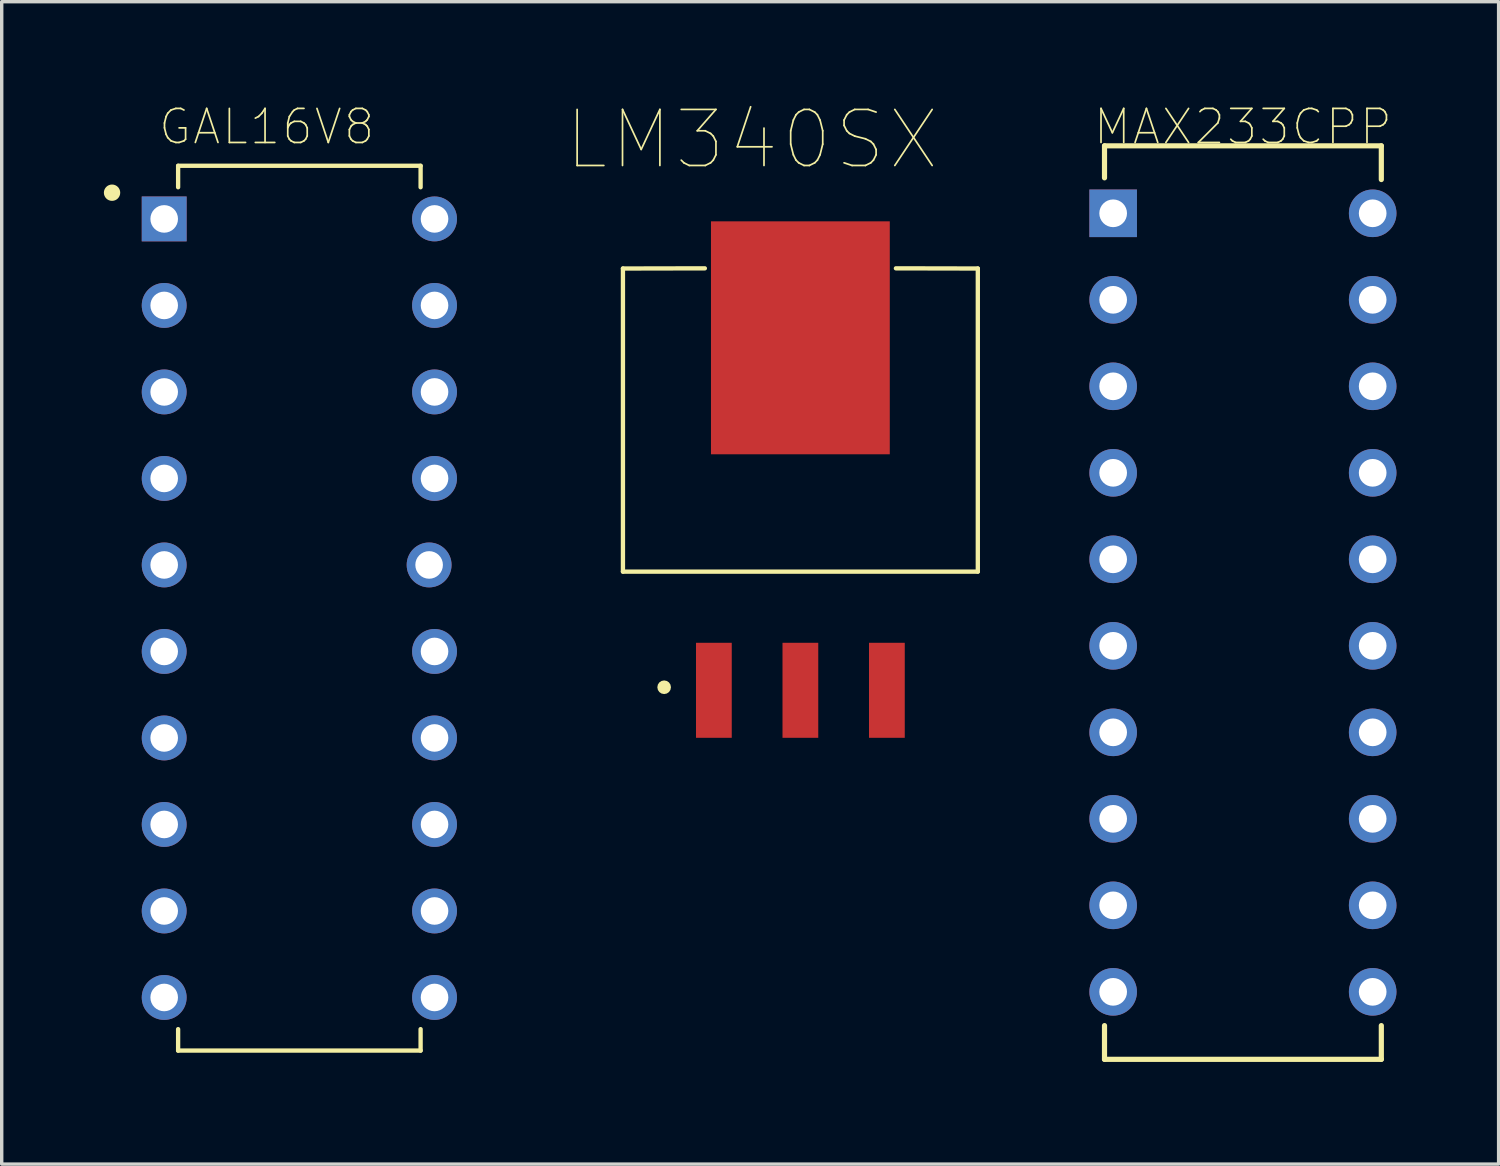
<source format=kicad_pcb>
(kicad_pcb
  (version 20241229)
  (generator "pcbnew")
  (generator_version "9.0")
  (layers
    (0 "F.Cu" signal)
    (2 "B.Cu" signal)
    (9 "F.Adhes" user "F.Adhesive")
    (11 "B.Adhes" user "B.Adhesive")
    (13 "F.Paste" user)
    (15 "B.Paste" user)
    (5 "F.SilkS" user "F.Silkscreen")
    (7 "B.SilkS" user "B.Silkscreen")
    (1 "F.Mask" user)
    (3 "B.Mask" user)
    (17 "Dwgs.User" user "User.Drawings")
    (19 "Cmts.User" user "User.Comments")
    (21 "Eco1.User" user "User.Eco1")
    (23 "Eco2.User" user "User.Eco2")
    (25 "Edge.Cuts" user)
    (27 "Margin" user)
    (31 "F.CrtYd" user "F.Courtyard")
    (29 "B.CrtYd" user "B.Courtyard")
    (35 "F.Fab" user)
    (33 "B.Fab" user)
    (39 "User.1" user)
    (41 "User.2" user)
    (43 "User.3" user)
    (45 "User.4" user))
  (footprint "MAX233CPP"
    (layer "F.Cu")
    (at 37.255 26.073)
    (property "Reference" "MAX233CPP" (at -3.81 -25.4 0) (layer "F.SilkS") (effects (font (size 1 1) (thickness 0.05))))
    (attr through_hole)
    (fp_line (start -7.874 -24.841) (end -7.874 -23.901) (stroke (width 0.152) (type solid)) (layer "F.SilkS"))
    (fp_line (start -7.874 0.991) (end -7.874 1.981) (stroke (width 0.152) (type solid)) (layer "F.SilkS"))
    (fp_line (start -7.874 1.981) (end 0.254 1.981) (stroke (width 0.152) (type solid)) (layer "F.SilkS"))
    (fp_line (start 0.254 -24.841) (end -7.874 -24.841) (stroke (width 0.152) (type solid)) (layer "F.SilkS"))
    (fp_line (start 0.254 -23.851) (end 0.254 -24.841) (stroke (width 0.152) (type solid)) (layer "F.SilkS"))
    (fp_line (start 0.254 1.981) (end 0.254 0.991) (stroke (width 0.152) (type solid)) (layer "F.SilkS"))
    (fp_line (start -8.026 -23.266) (end -8.026 -22.454) (stroke (width 0.152) (type solid)) (layer "Eco2.User"))
    (fp_line (start -8.026 -22.454) (end -7.747 -22.454) (stroke (width 0.152) (type solid)) (layer "Eco2.User"))
    (fp_line (start -8.026 -20.726) (end -8.026 -19.914) (stroke (width 0.152) (type solid)) (layer "Eco2.User"))
    (fp_line (start -8.026 -19.914) (end -7.747 -19.914) (stroke (width 0.152) (type solid)) (layer "Eco2.User"))
    (fp_line (start -8.026 -18.186) (end -8.026 -17.374) (stroke (width 0.152) (type solid)) (layer "Eco2.User"))
    (fp_line (start -8.026 -17.374) (end -7.747 -17.374) (stroke (width 0.152) (type solid)) (layer "Eco2.User"))
    (fp_line (start -8.026 -15.646) (end -8.026 -14.834) (stroke (width 0.152) (type solid)) (layer "Eco2.User"))
    (fp_line (start -8.026 -14.834) (end -7.747 -14.834) (stroke (width 0.152) (type solid)) (layer "Eco2.User"))
    (fp_line (start -8.026 -13.106) (end -8.026 -12.294) (stroke (width 0.152) (type solid)) (layer "Eco2.User"))
    (fp_line (start -8.026 -12.294) (end -7.747 -12.294) (stroke (width 0.152) (type solid)) (layer "Eco2.User"))
    (fp_line (start -8.026 -10.566) (end -8.026 -9.754) (stroke (width 0.152) (type solid)) (layer "Eco2.User"))
    (fp_line (start -8.026 -9.754) (end -7.747 -9.754) (stroke (width 0.152) (type solid)) (layer "Eco2.User"))
    (fp_line (start -8.026 -8.026) (end -8.026 -7.214) (stroke (width 0.152) (type solid)) (layer "Eco2.User"))
    (fp_line (start -8.026 -7.214) (end -7.747 -7.214) (stroke (width 0.152) (type solid)) (layer "Eco2.User"))
    (fp_line (start -8.026 -5.486) (end -8.026 -4.674) (stroke (width 0.152) (type solid)) (layer "Eco2.User"))
    (fp_line (start -8.026 -4.674) (end -7.747 -4.674) (stroke (width 0.152) (type solid)) (layer "Eco2.User"))
    (fp_line (start -8.026 -2.946) (end -8.026 -2.134) (stroke (width 0.152) (type solid)) (layer "Eco2.User"))
    (fp_line (start -8.026 -2.134) (end -7.747 -2.134) (stroke (width 0.152) (type solid)) (layer "Eco2.User"))
    (fp_line (start -8.026 -0.406) (end -8.026 0.406) (stroke (width 0.152) (type solid)) (layer "Eco2.User"))
    (fp_line (start -8.026 0.406) (end -7.747 0.406) (stroke (width 0.152) (type solid)) (layer "Eco2.User"))
    (fp_line (start -7.747 -24.689) (end -7.747 1.829) (stroke (width 0.152) (type solid)) (layer "Eco2.User"))
    (fp_line (start -7.747 -23.266) (end -8.026 -23.266) (stroke (width 0.152) (type solid)) (layer "Eco2.User"))
    (fp_line (start -7.747 -22.454) (end -7.747 -23.266) (stroke (width 0.152) (type solid)) (layer "Eco2.User"))
    (fp_line (start -7.747 -20.726) (end -8.026 -20.726) (stroke (width 0.152) (type solid)) (layer "Eco2.User"))
    (fp_line (start -7.747 -19.914) (end -7.747 -20.726) (stroke (width 0.152) (type solid)) (layer "Eco2.User"))
    (fp_line (start -7.747 -18.186) (end -8.026 -18.186) (stroke (width 0.152) (type solid)) (layer "Eco2.User"))
    (fp_line (start -7.747 -17.374) (end -7.747 -18.186) (stroke (width 0.152) (type solid)) (layer "Eco2.User"))
    (fp_line (start -7.747 -15.646) (end -8.026 -15.646) (stroke (width 0.152) (type solid)) (layer "Eco2.User"))
    (fp_line (start -7.747 -14.834) (end -7.747 -15.646) (stroke (width 0.152) (type solid)) (layer "Eco2.User"))
    (fp_line (start -7.747 -13.106) (end -8.026 -13.106) (stroke (width 0.152) (type solid)) (layer "Eco2.User"))
    (fp_line (start -7.747 -12.294) (end -7.747 -13.106) (stroke (width 0.152) (type solid)) (layer "Eco2.User"))
    (fp_line (start -7.747 -10.566) (end -8.026 -10.566) (stroke (width 0.152) (type solid)) (layer "Eco2.User"))
    (fp_line (start -7.747 -9.754) (end -7.747 -10.566) (stroke (width 0.152) (type solid)) (layer "Eco2.User"))
    (fp_line (start -7.747 -8.026) (end -8.026 -8.026) (stroke (width 0.152) (type solid)) (layer "Eco2.User"))
    (fp_line (start -7.747 -7.214) (end -7.747 -8.026) (stroke (width 0.152) (type solid)) (layer "Eco2.User"))
    (fp_line (start -7.747 -5.486) (end -8.026 -5.486) (stroke (width 0.152) (type solid)) (layer "Eco2.User"))
    (fp_line (start -7.747 -4.674) (end -7.747 -5.486) (stroke (width 0.152) (type solid)) (layer "Eco2.User"))
    (fp_line (start -7.747 -2.946) (end -8.026 -2.946) (stroke (width 0.152) (type solid)) (layer "Eco2.User"))
    (fp_line (start -7.747 -2.134) (end -7.747 -2.946) (stroke (width 0.152) (type solid)) (layer "Eco2.User"))
    (fp_line (start -7.747 -0.406) (end -8.026 -0.406) (stroke (width 0.152) (type solid)) (layer "Eco2.User"))
    (fp_line (start -7.747 0.406) (end -7.747 -0.406) (stroke (width 0.152) (type solid)) (layer "Eco2.User"))
    (fp_line (start -7.747 1.829) (end 0.127 1.829) (stroke (width 0.152) (type solid)) (layer "Eco2.User"))
    (fp_line (start -4.115 -24.689) (end -7.747 -24.689) (stroke (width 0.152) (type solid)) (layer "Eco2.User"))
    (fp_line (start -3.505 -24.689) (end -4.115 -24.689) (stroke (width 0.152) (type solid)) (layer "Eco2.User"))
    (fp_line (start 0.127 -24.689) (end -3.505 -24.689) (stroke (width 0.152) (type solid)) (layer "Eco2.User"))
    (fp_line (start 0.127 -23.266) (end 0.127 -22.454) (stroke (width 0.152) (type solid)) (layer "Eco2.User"))
    (fp_line (start 0.127 -22.454) (end 0.406 -22.454) (stroke (width 0.152) (type solid)) (layer "Eco2.User"))
    (fp_line (start 0.127 -20.726) (end 0.127 -19.914) (stroke (width 0.152) (type solid)) (layer "Eco2.User"))
    (fp_line (start 0.127 -19.914) (end 0.406 -19.914) (stroke (width 0.152) (type solid)) (layer "Eco2.User"))
    (fp_line (start 0.127 -18.186) (end 0.127 -17.374) (stroke (width 0.152) (type solid)) (layer "Eco2.User"))
    (fp_line (start 0.127 -17.374) (end 0.406 -17.374) (stroke (width 0.152) (type solid)) (layer "Eco2.User"))
    (fp_line (start 0.127 -15.646) (end 0.127 -14.834) (stroke (width 0.152) (type solid)) (layer "Eco2.User"))
    (fp_line (start 0.127 -14.834) (end 0.406 -14.834) (stroke (width 0.152) (type solid)) (layer "Eco2.User"))
    (fp_line (start 0.127 -13.106) (end 0.127 -12.294) (stroke (width 0.152) (type solid)) (layer "Eco2.User"))
    (fp_line (start 0.127 -12.294) (end 0.406 -12.294) (stroke (width 0.152) (type solid)) (layer "Eco2.User"))
    (fp_line (start 0.127 -10.566) (end 0.127 -9.754) (stroke (width 0.152) (type solid)) (layer "Eco2.User"))
    (fp_line (start 0.127 -9.754) (end 0.406 -9.754) (stroke (width 0.152) (type solid)) (layer "Eco2.User"))
    (fp_line (start 0.127 -8.026) (end 0.127 -7.214) (stroke (width 0.152) (type solid)) (layer "Eco2.User"))
    (fp_line (start 0.127 -7.214) (end 0.406 -7.214) (stroke (width 0.152) (type solid)) (layer "Eco2.User"))
    (fp_line (start 0.127 -5.486) (end 0.127 -4.674) (stroke (width 0.152) (type solid)) (layer "Eco2.User"))
    (fp_line (start 0.127 -4.674) (end 0.406 -4.674) (stroke (width 0.152) (type solid)) (layer "Eco2.User"))
    (fp_line (start 0.127 -2.946) (end 0.127 -2.134) (stroke (width 0.152) (type solid)) (layer "Eco2.User"))
    (fp_line (start 0.127 -2.134) (end 0.406 -2.134) (stroke (width 0.152) (type solid)) (layer "Eco2.User"))
    (fp_line (start 0.127 -0.406) (end 0.127 0.406) (stroke (width 0.152) (type solid)) (layer "Eco2.User"))
    (fp_line (start 0.127 0.406) (end 0.406 0.406) (stroke (width 0.152) (type solid)) (layer "Eco2.User"))
    (fp_line (start 0.127 1.829) (end 0.127 -24.689) (stroke (width 0.152) (type solid)) (layer "Eco2.User"))
    (fp_line (start 0.406 -23.266) (end 0.127 -23.266) (stroke (width 0.152) (type solid)) (layer "Eco2.User"))
    (fp_line (start 0.406 -22.454) (end 0.406 -23.266) (stroke (width 0.152) (type solid)) (layer "Eco2.User"))
    (fp_line (start 0.406 -20.726) (end 0.127 -20.726) (stroke (width 0.152) (type solid)) (layer "Eco2.User"))
    (fp_line (start 0.406 -19.914) (end 0.406 -20.726) (stroke (width 0.152) (type solid)) (layer "Eco2.User"))
    (fp_line (start 0.406 -18.186) (end 0.127 -18.186) (stroke (width 0.152) (type solid)) (layer "Eco2.User"))
    (fp_line (start 0.406 -17.374) (end 0.406 -18.186) (stroke (width 0.152) (type solid)) (layer "Eco2.User"))
    (fp_line (start 0.406 -15.646) (end 0.127 -15.646) (stroke (width 0.152) (type solid)) (layer "Eco2.User"))
    (fp_line (start 0.406 -14.834) (end 0.406 -15.646) (stroke (width 0.152) (type solid)) (layer "Eco2.User"))
    (fp_line (start 0.406 -13.106) (end 0.127 -13.106) (stroke (width 0.152) (type solid)) (layer "Eco2.User"))
    (fp_line (start 0.406 -12.294) (end 0.406 -13.106) (stroke (width 0.152) (type solid)) (layer "Eco2.User"))
    (fp_line (start 0.406 -10.566) (end 0.127 -10.566) (stroke (width 0.152) (type solid)) (layer "Eco2.User"))
    (fp_line (start 0.406 -9.754) (end 0.406 -10.566) (stroke (width 0.152) (type solid)) (layer "Eco2.User"))
    (fp_line (start 0.406 -8.026) (end 0.127 -8.026) (stroke (width 0.152) (type solid)) (layer "Eco2.User"))
    (fp_line (start 0.406 -7.214) (end 0.406 -8.026) (stroke (width 0.152) (type solid)) (layer "Eco2.User"))
    (fp_line (start 0.406 -5.486) (end 0.127 -5.486) (stroke (width 0.152) (type solid)) (layer "Eco2.User"))
    (fp_line (start 0.406 -4.674) (end 0.406 -5.486) (stroke (width 0.152) (type solid)) (layer "Eco2.User"))
    (fp_line (start 0.406 -2.946) (end 0.127 -2.946) (stroke (width 0.152) (type solid)) (layer "Eco2.User"))
    (fp_line (start 0.406 -2.134) (end 0.406 -2.946) (stroke (width 0.152) (type solid)) (layer "Eco2.User"))
    (fp_line (start 0.406 -0.406) (end 0.127 -0.406) (stroke (width 0.152) (type solid)) (layer "Eco2.User"))
    (fp_line (start 0.406 0.406) (end 0.406 -0.406) (stroke (width 0.152) (type solid)) (layer "Eco2.User"))
    (fp_arc (start -3.5052 -24.6888) (mid -3.81 -24.384) (end -4.1148 -24.6888) (stroke (width 0.1524) (type solid)) (layer "Eco2.User"))
    (pad "1" thru_hole rect (at -7.62 -22.86) (size 1.397 1.397) (drill 0.813) (layers "*.Cu" "*.Mask"))
    (pad "2" thru_hole circle (at -7.62 -20.32) (size 1.397 1.397) (drill 0.813) (layers "*.Cu" "*.Mask"))
    (pad "3" thru_hole circle (at -7.62 -17.78) (size 1.397 1.397) (drill 0.813) (layers "*.Cu" "*.Mask"))
    (pad "4" thru_hole circle (at -7.62 -15.24) (size 1.397 1.397) (drill 0.813) (layers "*.Cu" "*.Mask"))
    (pad "5" thru_hole circle (at -7.62 -12.7) (size 1.397 1.397) (drill 0.813) (layers "*.Cu" "*.Mask"))
    (pad "6" thru_hole circle (at -7.62 -10.16) (size 1.397 1.397) (drill 0.813) (layers "*.Cu" "*.Mask"))
    (pad "7" thru_hole circle (at -7.62 -7.62) (size 1.397 1.397) (drill 0.813) (layers "*.Cu" "*.Mask"))
    (pad "8" thru_hole circle (at -7.62 -5.08) (size 1.397 1.397) (drill 0.813) (layers "*.Cu" "*.Mask"))
    (pad "9" thru_hole circle (at -7.62 -2.54) (size 1.397 1.397) (drill 0.813) (layers "*.Cu" "*.Mask"))
    (pad "10" thru_hole circle (at -7.62 0) (size 1.397 1.397) (drill 0.813) (layers "*.Cu" "*.Mask"))
    (pad "11" thru_hole circle (at 0 0) (size 1.397 1.397) (drill 0.813) (layers "*.Cu" "*.Mask"))
    (pad "12" thru_hole circle (at 0 -2.54) (size 1.397 1.397) (drill 0.813) (layers "*.Cu" "*.Mask"))
    (pad "13" thru_hole circle (at 0 -5.08) (size 1.397 1.397) (drill 0.813) (layers "*.Cu" "*.Mask"))
    (pad "14" thru_hole circle (at 0 -7.62) (size 1.397 1.397) (drill 0.813) (layers "*.Cu" "*.Mask"))
    (pad "15" thru_hole circle (at 0 -10.16) (size 1.397 1.397) (drill 0.813) (layers "*.Cu" "*.Mask"))
    (pad "16" thru_hole circle (at 0 -12.7) (size 1.397 1.397) (drill 0.813) (layers "*.Cu" "*.Mask"))
    (pad "17" thru_hole circle (at 0 -15.24) (size 1.397 1.397) (drill 0.813) (layers "*.Cu" "*.Mask"))
    (pad "18" thru_hole circle (at 0 -17.78) (size 1.397 1.397) (drill 0.813) (layers "*.Cu" "*.Mask"))
    (pad "19" thru_hole circle (at 0 -20.32) (size 1.397 1.397) (drill 0.813) (layers "*.Cu" "*.Mask"))
    (pad "20" thru_hole circle (at 0 -22.86) (size 1.397 1.397) (drill 0.813) (layers "*.Cu" "*.Mask")))
  (footprint "LM340SX"
    (layer "F.Cu")
    (at 20.451 11.029)
    (property "Reference" "LM340SX" (at -1.421 -9.979 0) (layer "F.SilkS") (effects (font (size 1.646 1.646) (thickness 0.05))))
    (attr smd)
    (fp_line (start -5.21 -6.195) (end -5.21 2.705) (stroke (width 0.127) (type solid)) (layer "F.SilkS"))
    (fp_line (start -5.21 -6.195) (end -2.805 -6.2) (stroke (width 0.127) (type solid)) (layer "F.SilkS"))
    (fp_line (start -5.21 2.705) (end 5.21 2.705) (stroke (width 0.127) (type solid)) (layer "F.SilkS"))
    (fp_line (start 2.805 -6.2) (end 5.21 -6.195) (stroke (width 0.127) (type solid)) (layer "F.SilkS"))
    (fp_line (start 5.21 2.705) (end 5.21 -6.195) (stroke (width 0.127) (type solid)) (layer "F.SilkS"))
    (fp_circle (center -4 6.1) (end -3.9 6.1) (stroke (width 0.2) (type solid)) (fill no) (layer "F.SilkS"))
    (fp_line (start -5.46 -6.45) (end -5.46 2.95) (stroke (width 0.05) (type solid)) (layer "Eco1.User"))
    (fp_line (start -5.46 2.95) (end -3.32 2.95) (stroke (width 0.05) (type solid)) (layer "Eco1.User"))
    (fp_line (start -3.32 2.95) (end -3.32 7.84) (stroke (width 0.05) (type solid)) (layer "Eco1.User"))
    (fp_line (start -3.32 7.84) (end 3.32 7.84) (stroke (width 0.05) (type solid)) (layer "Eco1.User"))
    (fp_line (start -2.88 -7.84) (end -2.88 -6.45) (stroke (width 0.05) (type solid)) (layer "Eco1.User"))
    (fp_line (start -2.88 -7.84) (end 2.88 -7.84) (stroke (width 0.05) (type solid)) (layer "Eco1.User"))
    (fp_line (start -2.88 -6.45) (end -5.46 -6.45) (stroke (width 0.05) (type solid)) (layer "Eco1.User"))
    (fp_line (start 2.88 -6.45) (end 2.88 -7.84) (stroke (width 0.05) (type solid)) (layer "Eco1.User"))
    (fp_line (start 3.32 2.95) (end 5.46 2.95) (stroke (width 0.05) (type solid)) (layer "Eco1.User"))
    (fp_line (start 3.32 7.84) (end 3.32 2.95) (stroke (width 0.05) (type solid)) (layer "Eco1.User"))
    (fp_line (start 5.46 -6.45) (end 2.88 -6.45) (stroke (width 0.05) (type solid)) (layer "Eco1.User"))
    (fp_line (start 5.46 2.95) (end 5.46 -6.45) (stroke (width 0.05) (type solid)) (layer "Eco1.User"))
    (fp_line (start -5.21 -6.2) (end -5.21 2.7) (stroke (width 0.127) (type solid)) (layer "Eco2.User"))
    (fp_line (start -5.21 2.7) (end 5.21 2.7) (stroke (width 0.127) (type solid)) (layer "Eco2.User"))
    (fp_line (start 5.21 -6.2) (end -5.21 -6.2) (stroke (width 0.127) (type solid)) (layer "Eco2.User"))
    (fp_line (start 5.21 2.7) (end 5.21 -6.2) (stroke (width 0.127) (type solid)) (layer "Eco2.User"))
    (fp_circle (center -4 6.1) (end -3.9 6.1) (stroke (width 0.2) (type solid)) (fill no) (layer "Eco2.User"))
    (pad "1" smd rect (at -2.54 6.19) (size 1.05 2.79) (layers "F.Cu" "F.Mask" "F.Paste"))
    (pad "2" smd rect (at 0 6.19) (size 1.05 2.79) (layers "F.Cu" "F.Mask" "F.Paste"))
    (pad "3" smd rect (at 2.54 6.19) (size 1.05 2.79) (layers "F.Cu" "F.Mask" "F.Paste"))
    (pad "4" smd rect (at 0 -4.16) (size 5.25 6.84) (layers "F.Cu" "F.Mask" "F.Paste")))
  (footprint "GAL16V8"
    (layer "F.Cu")
    (at 5.74 14.808)
    (property "Reference" "GAL16V8" (at -0.96 -14.135 0) (layer "F.SilkS") (effects (font (size 1 1) (thickness 0.05))))
    (attr through_hole)
    (fp_line (start -3.56 -12.99) (end -3.56 -12.36) (stroke (width 0.127) (type solid)) (layer "F.SilkS"))
    (fp_line (start -3.56 12.36) (end -3.56 12.99) (stroke (width 0.127) (type solid)) (layer "F.SilkS"))
    (fp_line (start -3.56 12.99) (end 3.56 12.99) (stroke (width 0.127) (type solid)) (layer "F.SilkS"))
    (fp_line (start 3.56 -12.99) (end -3.56 -12.99) (stroke (width 0.127) (type solid)) (layer "F.SilkS"))
    (fp_line (start 3.56 -12.36) (end 3.56 -12.99) (stroke (width 0.127) (type solid)) (layer "F.SilkS"))
    (fp_line (start 3.56 12.99) (end 3.56 12.36) (stroke (width 0.127) (type solid)) (layer "F.SilkS"))
    (fp_circle (center -5.5 -12.2) (end -5.38 -12.2) (stroke (width 0.24) (type solid)) (fill no) (layer "F.SilkS"))
    (fp_line (start -4.83 -13.25) (end 4.83 -13.25) (stroke (width 0.05) (type solid)) (layer "Eco1.User"))
    (fp_line (start -4.83 13.25) (end -4.83 -13.25) (stroke (width 0.05) (type solid)) (layer "Eco1.User"))
    (fp_line (start 4.83 -13.25) (end 4.83 13.25) (stroke (width 0.05) (type solid)) (layer "Eco1.User"))
    (fp_line (start 4.83 13.25) (end -4.83 13.25) (stroke (width 0.05) (type solid)) (layer "Eco1.User"))
    (fp_line (start -3.56 -12.99) (end -3.56 12.99) (stroke (width 0.127) (type solid)) (layer "Eco2.User"))
    (fp_line (start -3.56 -12.99) (end 3.56 -12.99) (stroke (width 0.127) (type solid)) (layer "Eco2.User"))
    (fp_line (start -3.56 12.99) (end 3.56 12.99) (stroke (width 0.127) (type solid)) (layer "Eco2.User"))
    (fp_line (start 3.56 12.99) (end 3.56 -12.99) (stroke (width 0.127) (type solid)) (layer "Eco2.User"))
    (fp_circle (center -5.5 -12.2) (end -5.38 -12.2) (stroke (width 0.24) (type solid)) (fill no) (layer "Eco2.User"))
    (pad "1" thru_hole rect (at -3.969 -11.43) (size 1.318 1.318) (drill 0.81) (layers "*.Cu" "*.Mask"))
    (pad "2" thru_hole circle (at -3.969 -8.89) (size 1.318 1.318) (drill 0.81) (layers "*.Cu" "*.Mask"))
    (pad "3" thru_hole circle (at -3.969 -6.35) (size 1.318 1.318) (drill 0.81) (layers "*.Cu" "*.Mask"))
    (pad "4" thru_hole circle (at -3.969 -3.81) (size 1.318 1.318) (drill 0.81) (layers "*.Cu" "*.Mask"))
    (pad "5" thru_hole circle (at -3.969 -1.27) (size 1.318 1.318) (drill 0.81) (layers "*.Cu" "*.Mask"))
    (pad "6" thru_hole circle (at -3.969 1.27) (size 1.318 1.318) (drill 0.81) (layers "*.Cu" "*.Mask"))
    (pad "7" thru_hole circle (at -3.969 3.81) (size 1.318 1.318) (drill 0.81) (layers "*.Cu" "*.Mask"))
    (pad "8" thru_hole circle (at -3.969 6.35) (size 1.318 1.318) (drill 0.81) (layers "*.Cu" "*.Mask"))
    (pad "9" thru_hole circle (at -3.969 8.89) (size 1.318 1.318) (drill 0.81) (layers "*.Cu" "*.Mask"))
    (pad "10" thru_hole circle (at -3.969 11.43) (size 1.318 1.318) (drill 0.81) (layers "*.Cu" "*.Mask"))
    (pad "11" thru_hole circle (at 3.969 11.43) (size 1.318 1.318) (drill 0.81) (layers "*.Cu" "*.Mask"))
    (pad "12" thru_hole circle (at 3.969 8.89) (size 1.318 1.318) (drill 0.81) (layers "*.Cu" "*.Mask"))
    (pad "13" thru_hole circle (at 3.969 6.35) (size 1.318 1.318) (drill 0.81) (layers "*.Cu" "*.Mask"))
    (pad "14" thru_hole circle (at 3.969 3.81) (size 1.318 1.318) (drill 0.81) (layers "*.Cu" "*.Mask"))
    (pad "15" thru_hole circle (at 3.969 1.27) (size 1.318 1.318) (drill 0.81) (layers "*.Cu" "*.Mask"))
    (pad "16" thru_hole circle (at 3.81 -1.27) (size 1.318 1.318) (drill 0.81) (layers "*.Cu" "*.Mask"))
    (pad "17" thru_hole circle (at 3.969 -3.81) (size 1.318 1.318) (drill 0.81) (layers "*.Cu" "*.Mask"))
    (pad "18" thru_hole circle (at 3.969 -6.35) (size 1.318 1.318) (drill 0.81) (layers "*.Cu" "*.Mask"))
    (pad "19" thru_hole circle (at 3.969 -8.89) (size 1.318 1.318) (drill 0.81) (layers "*.Cu" "*.Mask"))
    (pad "20" thru_hole circle (at 3.969 -11.43) (size 1.318 1.318) (drill 0.81) (layers "*.Cu" "*.Mask")))
  (gr_rect
    (start -3 -3)
    (end 40.953 31.13)
    (stroke (width 0.1) (type default))
    (fill no)
    (layer "Edge.Cuts")))
</source>
